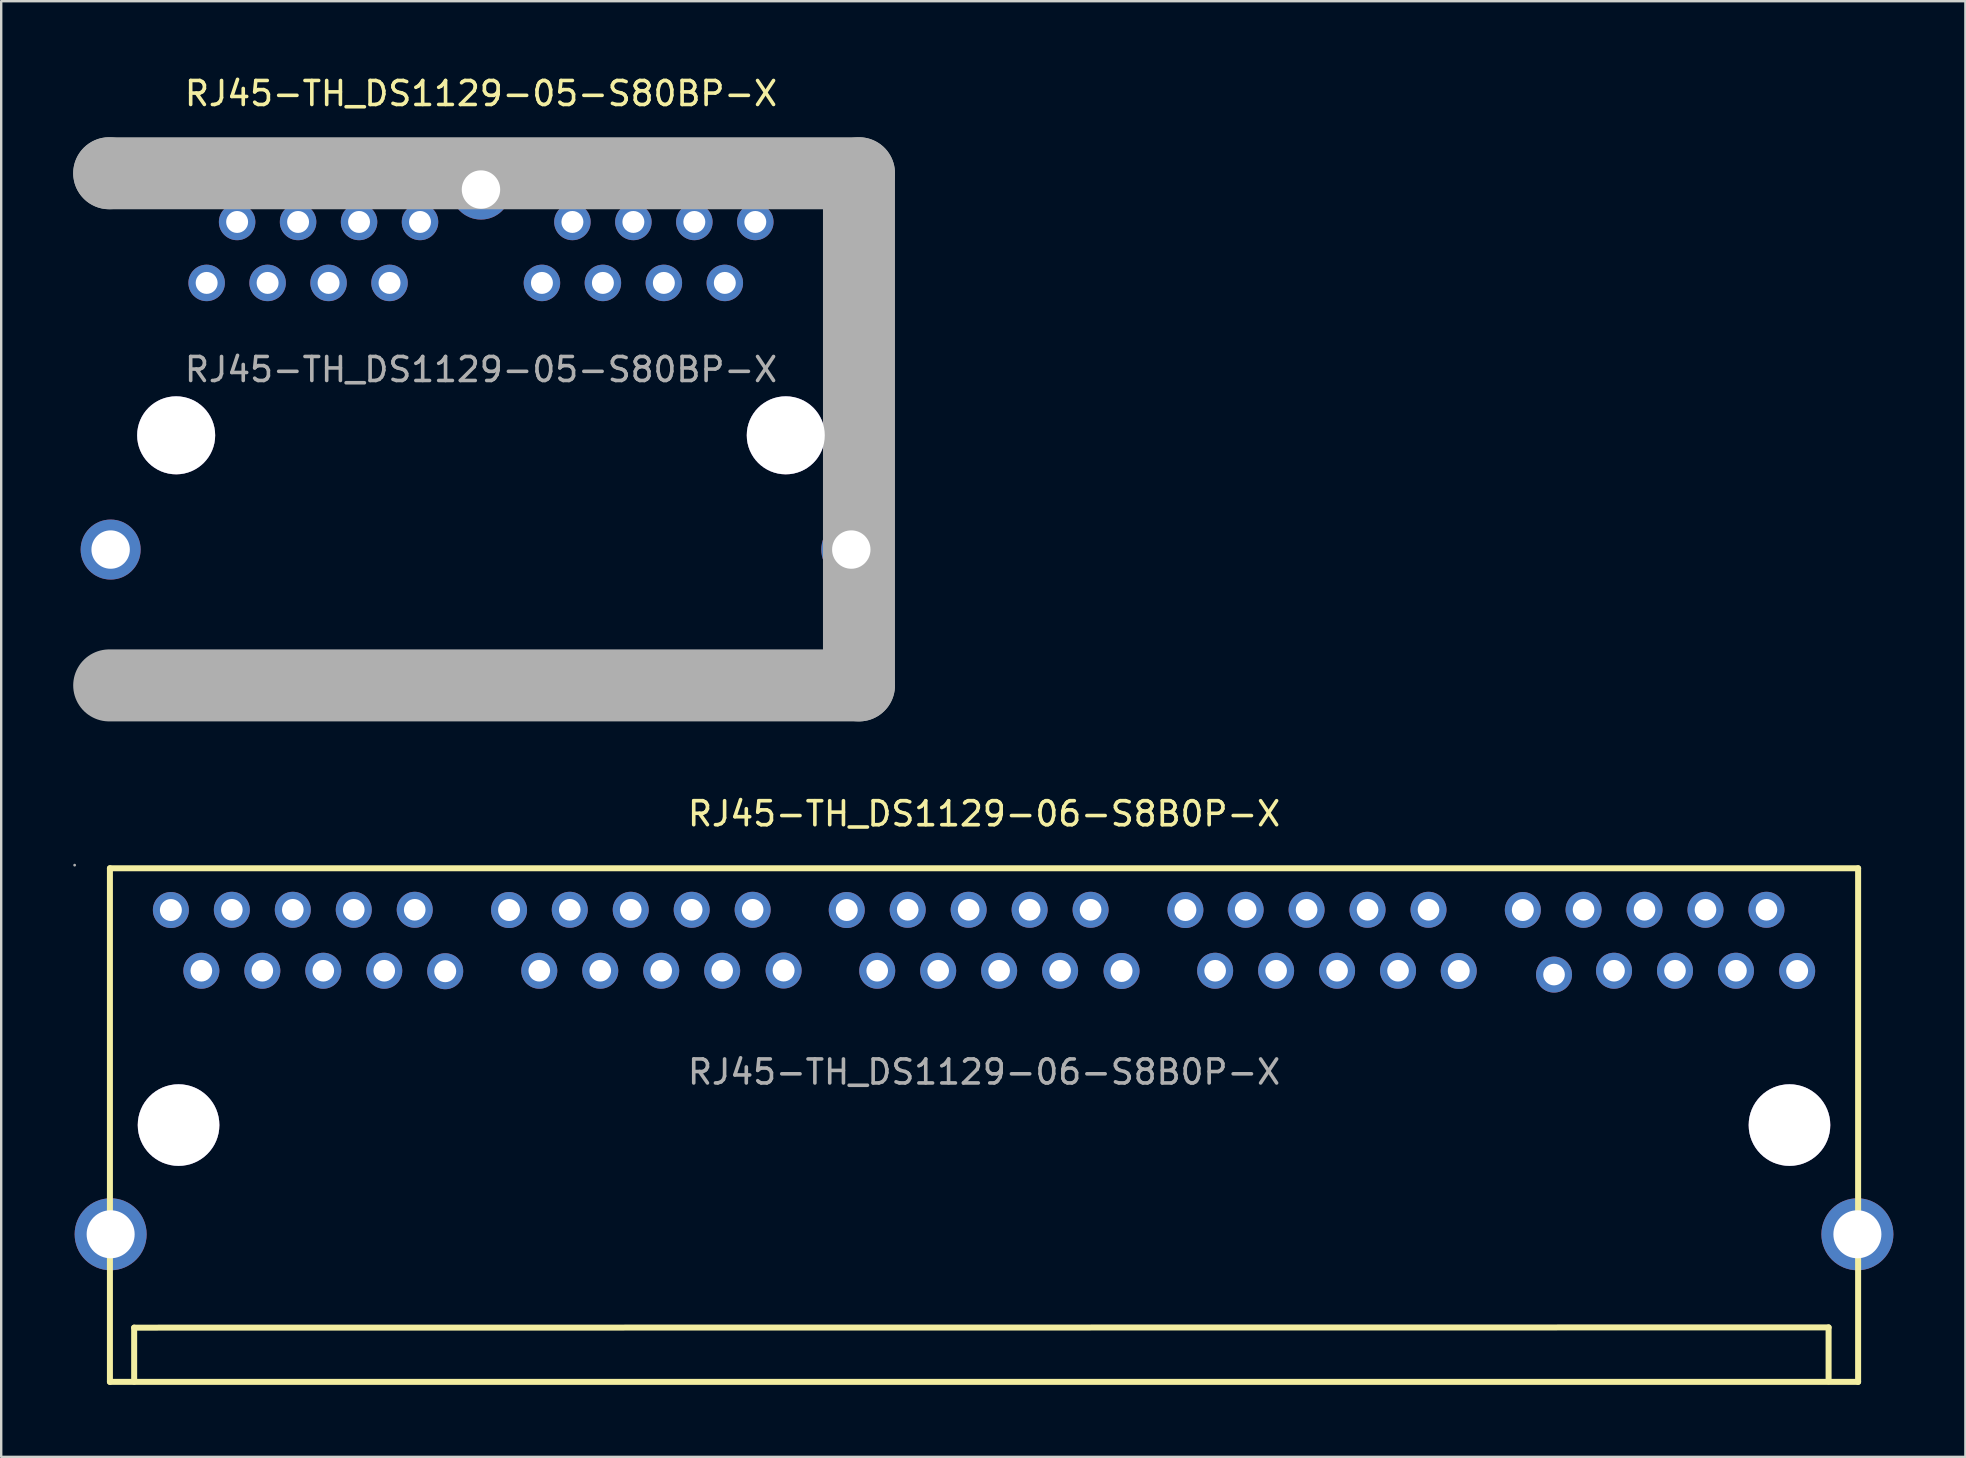
<source format=kicad_pcb>
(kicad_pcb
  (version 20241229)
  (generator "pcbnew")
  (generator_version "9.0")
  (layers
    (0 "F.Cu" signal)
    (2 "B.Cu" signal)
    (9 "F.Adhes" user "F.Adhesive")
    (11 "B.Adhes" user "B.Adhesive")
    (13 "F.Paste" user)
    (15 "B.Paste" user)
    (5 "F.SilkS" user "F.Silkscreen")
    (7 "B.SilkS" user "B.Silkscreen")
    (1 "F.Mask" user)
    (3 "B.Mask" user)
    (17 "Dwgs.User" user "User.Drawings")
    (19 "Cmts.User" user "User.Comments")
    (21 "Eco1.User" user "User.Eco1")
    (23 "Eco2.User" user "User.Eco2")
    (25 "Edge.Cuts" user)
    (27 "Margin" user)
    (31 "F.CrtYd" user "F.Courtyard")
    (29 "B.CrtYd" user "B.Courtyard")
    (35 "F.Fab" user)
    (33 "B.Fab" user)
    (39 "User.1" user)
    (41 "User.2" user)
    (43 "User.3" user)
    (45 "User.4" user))
  (footprint "RJ45-TH_DS1129-06-S8B0P-X"
    (layer "F.Cu")
    (at 37.95 41.617)
    (property "Reference" "RJ45-TH_DS1129-06-S8B0P-X" (at 0 -10.76 0) (layer "F.SilkS") (effects (font (size 1 1) (thickness 0.15))))
    (attr through_hole)
    (fp_line (start -36.42 -8.49) (end -36.42 12.91) (stroke (width 0.25) (type solid)) (layer "F.SilkS"))
    (fp_line (start -36.42 -8.49) (end 36.42 -8.49) (stroke (width 0.25) (type solid)) (layer "F.SilkS"))
    (fp_line (start -35.41 12.9) (end -35.41 10.65) (stroke (width 0.25) (type solid)) (layer "F.SilkS"))
    (fp_line (start 35.19 10.64) (end -35.41 10.65) (stroke (width 0.25) (type solid)) (layer "F.SilkS"))
    (fp_line (start 35.19 12.89) (end 35.19 10.64) (stroke (width 0.25) (type solid)) (layer "F.SilkS"))
    (fp_line (start 36.42 12.91) (end -36.42 12.91) (stroke (width 0.25) (type solid)) (layer "F.SilkS"))
    (fp_line (start 36.42 12.91) (end 36.42 -8.49) (stroke (width 0.25) (type solid)) (layer "F.SilkS"))
    (fp_circle (center -37.89 -8.62) (end -37.86 -8.62) (stroke (width 0.06) (type solid)) (fill no) (layer "F.Fab"))
    (fp_circle (center -36.39 6.76) (end -35.94 6.76) (stroke (width 0.9) (type solid)) (fill no) (layer "F.Fab"))
    (fp_circle (center -33.88 -6.75) (end -33.7 -6.75) (stroke (width 0.36) (type solid)) (fill no) (layer "F.Fab"))
    (fp_circle (center -33.56 2.21) (end -32.76 2.21) (stroke (width 1.6) (type solid)) (fill no) (layer "F.Fab"))
    (fp_circle (center -32.61 -4.22) (end -32.43 -4.22) (stroke (width 0.35) (type solid)) (fill no) (layer "F.Fab"))
    (fp_circle (center -31.34 -6.76) (end -31.16 -6.76) (stroke (width 0.35) (type solid)) (fill no) (layer "F.Fab"))
    (fp_circle (center -30.07 -4.22) (end -29.89 -4.22) (stroke (width 0.35) (type solid)) (fill no) (layer "F.Fab"))
    (fp_circle (center -28.8 -6.76) (end -28.62 -6.76) (stroke (width 0.35) (type solid)) (fill no) (layer "F.Fab"))
    (fp_circle (center -27.53 -4.22) (end -27.35 -4.22) (stroke (width 0.35) (type solid)) (fill no) (layer "F.Fab"))
    (fp_circle (center -26.26 -6.76) (end -26.08 -6.76) (stroke (width 0.35) (type solid)) (fill no) (layer "F.Fab"))
    (fp_circle (center -24.99 -4.22) (end -24.81 -4.22) (stroke (width 0.35) (type solid)) (fill no) (layer "F.Fab"))
    (fp_circle (center -23.72 -6.76) (end -23.54 -6.76) (stroke (width 0.35) (type solid)) (fill no) (layer "F.Fab"))
    (fp_circle (center -22.45 -4.2) (end -22.27 -4.2) (stroke (width 0.36) (type solid)) (fill no) (layer "F.Fab"))
    (fp_circle (center -19.79 -6.75) (end -19.61 -6.75) (stroke (width 0.36) (type solid)) (fill no) (layer "F.Fab"))
    (fp_circle (center -18.53 -4.22) (end -18.35 -4.22) (stroke (width 0.35) (type solid)) (fill no) (layer "F.Fab"))
    (fp_circle (center -17.26 -6.76) (end -17.08 -6.76) (stroke (width 0.35) (type solid)) (fill no) (layer "F.Fab"))
    (fp_circle (center -15.99 -4.22) (end -15.81 -4.22) (stroke (width 0.35) (type solid)) (fill no) (layer "F.Fab"))
    (fp_circle (center -14.72 -6.76) (end -14.54 -6.76) (stroke (width 0.35) (type solid)) (fill no) (layer "F.Fab"))
    (fp_circle (center -13.45 -4.22) (end -13.27 -4.22) (stroke (width 0.35) (type solid)) (fill no) (layer "F.Fab"))
    (fp_circle (center -12.18 -6.76) (end -12 -6.76) (stroke (width 0.35) (type solid)) (fill no) (layer "F.Fab"))
    (fp_circle (center -10.91 -4.22) (end -10.73 -4.22) (stroke (width 0.35) (type solid)) (fill no) (layer "F.Fab"))
    (fp_circle (center -9.64 -6.76) (end -9.46 -6.76) (stroke (width 0.35) (type solid)) (fill no) (layer "F.Fab"))
    (fp_circle (center -8.35 -4.23) (end -8.17 -4.23) (stroke (width 0.36) (type solid)) (fill no) (layer "F.Fab"))
    (fp_circle (center -5.72 -6.75) (end -5.54 -6.75) (stroke (width 0.36) (type solid)) (fill no) (layer "F.Fab"))
    (fp_circle (center -4.45 -4.22) (end -4.27 -4.22) (stroke (width 0.35) (type solid)) (fill no) (layer "F.Fab"))
    (fp_circle (center -3.18 -6.76) (end -3 -6.76) (stroke (width 0.35) (type solid)) (fill no) (layer "F.Fab"))
    (fp_circle (center -1.91 -4.22) (end -1.73 -4.22) (stroke (width 0.35) (type solid)) (fill no) (layer "F.Fab"))
    (fp_circle (center -0.64 -6.76) (end -0.46 -6.76) (stroke (width 0.35) (type solid)) (fill no) (layer "F.Fab"))
    (fp_circle (center 0.63 -4.22) (end 0.81 -4.22) (stroke (width 0.35) (type solid)) (fill no) (layer "F.Fab"))
    (fp_circle (center 1.9 -6.76) (end 2.08 -6.76) (stroke (width 0.35) (type solid)) (fill no) (layer "F.Fab"))
    (fp_circle (center 3.17 -4.22) (end 3.35 -4.22) (stroke (width 0.35) (type solid)) (fill no) (layer "F.Fab"))
    (fp_circle (center 4.44 -6.76) (end 4.62 -6.76) (stroke (width 0.35) (type solid)) (fill no) (layer "F.Fab"))
    (fp_circle (center 5.73 -4.21) (end 5.91 -4.21) (stroke (width 0.36) (type solid)) (fill no) (layer "F.Fab"))
    (fp_circle (center 8.39 -6.75) (end 8.57 -6.75) (stroke (width 0.36) (type solid)) (fill no) (layer "F.Fab"))
    (fp_circle (center 9.63 -4.22) (end 9.81 -4.22) (stroke (width 0.35) (type solid)) (fill no) (layer "F.Fab"))
    (fp_circle (center 10.9 -6.76) (end 11.08 -6.76) (stroke (width 0.35) (type solid)) (fill no) (layer "F.Fab"))
    (fp_circle (center 12.17 -4.22) (end 12.35 -4.22) (stroke (width 0.35) (type solid)) (fill no) (layer "F.Fab"))
    (fp_circle (center 13.44 -6.76) (end 13.62 -6.76) (stroke (width 0.35) (type solid)) (fill no) (layer "F.Fab"))
    (fp_circle (center 14.71 -4.22) (end 14.89 -4.22) (stroke (width 0.35) (type solid)) (fill no) (layer "F.Fab"))
    (fp_circle (center 15.98 -6.76) (end 16.16 -6.76) (stroke (width 0.35) (type solid)) (fill no) (layer "F.Fab"))
    (fp_circle (center 17.25 -4.22) (end 17.43 -4.22) (stroke (width 0.35) (type solid)) (fill no) (layer "F.Fab"))
    (fp_circle (center 18.52 -6.76) (end 18.7 -6.76) (stroke (width 0.35) (type solid)) (fill no) (layer "F.Fab"))
    (fp_circle (center 19.78 -4.21) (end 19.96 -4.21) (stroke (width 0.36) (type solid)) (fill no) (layer "F.Fab"))
    (fp_circle (center 22.45 -6.75) (end 22.63 -6.75) (stroke (width 0.36) (type solid)) (fill no) (layer "F.Fab"))
    (fp_circle (center 23.75 -4.06) (end 23.93 -4.06) (stroke (width 0.35) (type solid)) (fill no) (layer "F.Fab"))
    (fp_circle (center 24.98 -6.76) (end 25.16 -6.76) (stroke (width 0.35) (type solid)) (fill no) (layer "F.Fab"))
    (fp_circle (center 26.25 -4.22) (end 26.43 -4.22) (stroke (width 0.35) (type solid)) (fill no) (layer "F.Fab"))
    (fp_circle (center 27.52 -6.76) (end 27.7 -6.76) (stroke (width 0.35) (type solid)) (fill no) (layer "F.Fab"))
    (fp_circle (center 28.79 -4.22) (end 28.97 -4.22) (stroke (width 0.35) (type solid)) (fill no) (layer "F.Fab"))
    (fp_circle (center 30.06 -6.76) (end 30.24 -6.76) (stroke (width 0.35) (type solid)) (fill no) (layer "F.Fab"))
    (fp_circle (center 31.33 -4.22) (end 31.51 -4.22) (stroke (width 0.35) (type solid)) (fill no) (layer "F.Fab"))
    (fp_circle (center 32.6 -6.76) (end 32.78 -6.76) (stroke (width 0.35) (type solid)) (fill no) (layer "F.Fab"))
    (fp_circle (center 33.56 2.21) (end 34.36 2.21) (stroke (width 1.6) (type solid)) (fill no) (layer "F.Fab"))
    (fp_circle (center 33.88 -4.21) (end 34.06 -4.21) (stroke (width 0.36) (type solid)) (fill no) (layer "F.Fab"))
    (fp_circle (center 36.39 6.76) (end 36.84 6.76) (stroke (width 0.9) (type solid)) (fill no) (layer "F.Fab"))
    (fp_text user "${REFERENCE}" (at 0 0 0) (layer "F.Fab") (effects (font (size 1 1) (thickness 0.15))))
    (pad "" thru_hole circle (at -33.56 2.21) (size 3.4 3.4) (drill 3.4) (layers "*.Cu" "*.Mask"))
    (pad "" thru_hole circle (at 33.56 2.21) (size 3.4 3.4) (drill 3.4) (layers "*.Cu" "*.Mask"))
    (pad "0" thru_hole circle (at -36.39 6.76 180) (size 3 3) (drill 2) (layers "*.Cu" "*.Paste" "*.Mask"))
    (pad "0" thru_hole circle (at 36.39 6.76 180) (size 3 3) (drill 2) (layers "*.Cu" "*.Paste" "*.Mask"))
    (pad "1" thru_hole circle (at -33.88 -6.75 180) (size 1.5 1.5) (drill 0.914) (layers "*.Cu" "*.Paste" "*.Mask"))
    (pad "2" thru_hole circle (at -32.61 -4.22 180) (size 1.5 1.5) (drill 0.9) (layers "*.Cu" "*.Paste" "*.Mask"))
    (pad "3" thru_hole circle (at -31.34 -6.76 180) (size 1.5 1.5) (drill 0.9) (layers "*.Cu" "*.Paste" "*.Mask"))
    (pad "4" thru_hole circle (at -30.07 -4.22 180) (size 1.5 1.5) (drill 0.9) (layers "*.Cu" "*.Paste" "*.Mask"))
    (pad "5" thru_hole circle (at -28.8 -6.76 180) (size 1.5 1.5) (drill 0.9) (layers "*.Cu" "*.Paste" "*.Mask"))
    (pad "6" thru_hole circle (at -27.53 -4.22 180) (size 1.5 1.5) (drill 0.9) (layers "*.Cu" "*.Paste" "*.Mask"))
    (pad "7" thru_hole circle (at -26.26 -6.76 180) (size 1.5 1.5) (drill 0.9) (layers "*.Cu" "*.Paste" "*.Mask"))
    (pad "8" thru_hole circle (at -24.99 -4.22 180) (size 1.5 1.5) (drill 0.9) (layers "*.Cu" "*.Paste" "*.Mask"))
    (pad "9" thru_hole circle (at -23.72 -6.76 180) (size 1.5 1.5) (drill 0.9) (layers "*.Cu" "*.Paste" "*.Mask"))
    (pad "10" thru_hole circle (at -22.45 -4.2 180) (size 1.5 1.5) (drill 0.914) (layers "*.Cu" "*.Paste" "*.Mask"))
    (pad "11" thru_hole circle (at -19.79 -6.75 180) (size 1.5 1.5) (drill 0.914) (layers "*.Cu" "*.Paste" "*.Mask"))
    (pad "12" thru_hole circle (at -18.53 -4.22 180) (size 1.5 1.5) (drill 0.9) (layers "*.Cu" "*.Paste" "*.Mask"))
    (pad "13" thru_hole circle (at -17.26 -6.76 180) (size 1.5 1.5) (drill 0.9) (layers "*.Cu" "*.Paste" "*.Mask"))
    (pad "14" thru_hole circle (at -15.99 -4.22 180) (size 1.5 1.5) (drill 0.9) (layers "*.Cu" "*.Paste" "*.Mask"))
    (pad "15" thru_hole circle (at -14.72 -6.76 180) (size 1.5 1.5) (drill 0.9) (layers "*.Cu" "*.Paste" "*.Mask"))
    (pad "16" thru_hole circle (at -13.45 -4.22 180) (size 1.5 1.5) (drill 0.9) (layers "*.Cu" "*.Paste" "*.Mask"))
    (pad "17" thru_hole circle (at -12.18 -6.76 180) (size 1.5 1.5) (drill 0.9) (layers "*.Cu" "*.Paste" "*.Mask"))
    (pad "18" thru_hole circle (at -10.91 -4.22 180) (size 1.5 1.5) (drill 0.9) (layers "*.Cu" "*.Paste" "*.Mask"))
    (pad "19" thru_hole circle (at -9.64 -6.76 180) (size 1.5 1.5) (drill 0.9) (layers "*.Cu" "*.Paste" "*.Mask"))
    (pad "20" thru_hole circle (at -8.35 -4.23 180) (size 1.5 1.5) (drill 0.914) (layers "*.Cu" "*.Paste" "*.Mask"))
    (pad "21" thru_hole circle (at -5.72 -6.75 180) (size 1.5 1.5) (drill 0.914) (layers "*.Cu" "*.Paste" "*.Mask"))
    (pad "22" thru_hole circle (at -4.45 -4.22 180) (size 1.5 1.5) (drill 0.9) (layers "*.Cu" "*.Paste" "*.Mask"))
    (pad "23" thru_hole circle (at -3.18 -6.76 180) (size 1.5 1.5) (drill 0.9) (layers "*.Cu" "*.Paste" "*.Mask"))
    (pad "24" thru_hole circle (at -1.91 -4.22 180) (size 1.5 1.5) (drill 0.9) (layers "*.Cu" "*.Paste" "*.Mask"))
    (pad "25" thru_hole circle (at -0.64 -6.76 180) (size 1.5 1.5) (drill 0.9) (layers "*.Cu" "*.Paste" "*.Mask"))
    (pad "26" thru_hole circle (at 0.63 -4.22 180) (size 1.5 1.5) (drill 0.9) (layers "*.Cu" "*.Paste" "*.Mask"))
    (pad "27" thru_hole circle (at 1.9 -6.76 180) (size 1.5 1.5) (drill 0.9) (layers "*.Cu" "*.Paste" "*.Mask"))
    (pad "28" thru_hole circle (at 3.17 -4.22 180) (size 1.5 1.5) (drill 0.9) (layers "*.Cu" "*.Paste" "*.Mask"))
    (pad "29" thru_hole circle (at 4.44 -6.76 180) (size 1.5 1.5) (drill 0.9) (layers "*.Cu" "*.Paste" "*.Mask"))
    (pad "30" thru_hole circle (at 5.73 -4.21 180) (size 1.5 1.5) (drill 0.914) (layers "*.Cu" "*.Paste" "*.Mask"))
    (pad "31" thru_hole circle (at 8.39 -6.75 180) (size 1.5 1.5) (drill 0.914) (layers "*.Cu" "*.Paste" "*.Mask"))
    (pad "32" thru_hole circle (at 9.63 -4.22 180) (size 1.5 1.5) (drill 0.9) (layers "*.Cu" "*.Paste" "*.Mask"))
    (pad "33" thru_hole circle (at 10.9 -6.76 180) (size 1.5 1.5) (drill 0.9) (layers "*.Cu" "*.Paste" "*.Mask"))
    (pad "34" thru_hole circle (at 12.17 -4.22 180) (size 1.5 1.5) (drill 0.9) (layers "*.Cu" "*.Paste" "*.Mask"))
    (pad "35" thru_hole circle (at 13.44 -6.76 180) (size 1.5 1.5) (drill 0.9) (layers "*.Cu" "*.Paste" "*.Mask"))
    (pad "36" thru_hole circle (at 14.71 -4.22 180) (size 1.5 1.5) (drill 0.9) (layers "*.Cu" "*.Paste" "*.Mask"))
    (pad "37" thru_hole circle (at 15.98 -6.76 180) (size 1.5 1.5) (drill 0.9) (layers "*.Cu" "*.Paste" "*.Mask"))
    (pad "38" thru_hole circle (at 17.25 -4.22 180) (size 1.5 1.5) (drill 0.9) (layers "*.Cu" "*.Paste" "*.Mask"))
    (pad "39" thru_hole circle (at 18.52 -6.76 180) (size 1.5 1.5) (drill 0.9) (layers "*.Cu" "*.Paste" "*.Mask"))
    (pad "40" thru_hole circle (at 19.78 -4.21 180) (size 1.5 1.5) (drill 0.914) (layers "*.Cu" "*.Paste" "*.Mask"))
    (pad "41" thru_hole circle (at 22.45 -6.75 180) (size 1.5 1.5) (drill 0.914) (layers "*.Cu" "*.Paste" "*.Mask"))
    (pad "42" thru_hole circle (at 23.75 -4.06 180) (size 1.5 1.5) (drill 0.9) (layers "*.Cu" "*.Paste" "*.Mask"))
    (pad "43" thru_hole circle (at 24.98 -6.76 180) (size 1.5 1.5) (drill 0.9) (layers "*.Cu" "*.Paste" "*.Mask"))
    (pad "44" thru_hole circle (at 26.25 -4.22 180) (size 1.5 1.5) (drill 0.9) (layers "*.Cu" "*.Paste" "*.Mask"))
    (pad "45" thru_hole circle (at 27.52 -6.76 180) (size 1.5 1.5) (drill 0.9) (layers "*.Cu" "*.Paste" "*.Mask"))
    (pad "46" thru_hole circle (at 28.79 -4.22 180) (size 1.5 1.5) (drill 0.9) (layers "*.Cu" "*.Paste" "*.Mask"))
    (pad "47" thru_hole circle (at 30.06 -6.76 180) (size 1.5 1.5) (drill 0.9) (layers "*.Cu" "*.Paste" "*.Mask"))
    (pad "48" thru_hole circle (at 31.33 -4.22 180) (size 1.5 1.5) (drill 0.9) (layers "*.Cu" "*.Paste" "*.Mask"))
    (pad "49" thru_hole circle (at 32.6 -6.76 180) (size 1.5 1.5) (drill 0.9) (layers "*.Cu" "*.Paste" "*.Mask"))
    (pad "50" thru_hole circle (at 33.88 -4.21 180) (size 1.5 1.5) (drill 0.914) (layers "*.Cu" "*.Paste" "*.Mask")))
  (footprint "RJ45-TH_DS1129-05-S80BP-X"
    (layer "F.Cu")
    (at 16.99 12.348)
    (property "Reference" "RJ45-TH_DS1129-05-S80BP-X" (at 0 -11.5 0) (layer "F.SilkS") (effects (font (size 1 1) (thickness 0.15))))
    (attr through_hole)
    (fp_circle (center -12.7 2.74) (end -11.95 2.74) (stroke (width 1.5) (type solid)) (fill no) (layer "Cmts.User"))
    (fp_circle (center 12.7 2.74) (end 13.45 2.74) (stroke (width 1.5) (type solid)) (fill no) (layer "Cmts.User"))
    (fp_line (start -15.49 -8.18) (end -15.49 -8.18) (stroke (width 3) (type solid)) (layer "F.Fab"))
    (fp_line (start -15.49 -8.18) (end 15.75 -8.18) (stroke (width 3) (type solid)) (layer "F.Fab"))
    (fp_line (start 15.75 -8.18) (end 15.75 13.16) (stroke (width 3) (type solid)) (layer "F.Fab"))
    (fp_line (start 15.75 13.16) (end -15.49 13.16) (stroke (width 3) (type solid)) (layer "F.Fab"))
    (fp_circle (center -15.56 -8.11) (end -15.53 -8.11) (stroke (width 0.06) (type solid)) (fill no) (layer "F.Fab"))
    (fp_text user "${REFERENCE}" (at 0 0 0) (layer "F.Fab") (effects (font (size 1 1) (thickness 0.15))))
    (pad "" thru_hole circle (at -12.7 2.74) (size 3.25 3.25) (drill 3.25) (layers "*.Cu" "*.Mask"))
    (pad "" thru_hole circle (at 12.7 2.74) (size 3.25 3.25) (drill 3.25) (layers "*.Cu" "*.Mask"))
    (pad "1" thru_hole circle (at -11.43 -3.61) (size 1.52 1.52) (drill 0.914) (layers "*.Cu" "*.Paste" "*.Mask"))
    (pad "2" thru_hole circle (at -10.16 -6.15) (size 1.52 1.52) (drill 0.914) (layers "*.Cu" "*.Paste" "*.Mask"))
    (pad "3" thru_hole circle (at -8.89 -3.61) (size 1.52 1.52) (drill 0.914) (layers "*.Cu" "*.Paste" "*.Mask"))
    (pad "4" thru_hole circle (at -7.62 -6.15) (size 1.52 1.52) (drill 0.914) (layers "*.Cu" "*.Paste" "*.Mask"))
    (pad "5" thru_hole circle (at -6.35 -3.61) (size 1.52 1.52) (drill 0.914) (layers "*.Cu" "*.Paste" "*.Mask"))
    (pad "6" thru_hole circle (at -5.08 -6.15) (size 1.52 1.52) (drill 0.914) (layers "*.Cu" "*.Paste" "*.Mask"))
    (pad "7" thru_hole circle (at -3.81 -3.61) (size 1.52 1.52) (drill 0.914) (layers "*.Cu" "*.Paste" "*.Mask"))
    (pad "8" thru_hole circle (at -2.54 -6.15) (size 1.52 1.52) (drill 0.914) (layers "*.Cu" "*.Paste" "*.Mask"))
    (pad "9" thru_hole circle (at 2.54 -3.61) (size 1.52 1.52) (drill 0.914) (layers "*.Cu" "*.Paste" "*.Mask"))
    (pad "10" thru_hole circle (at 3.81 -6.15) (size 1.52 1.52) (drill 0.914) (layers "*.Cu" "*.Paste" "*.Mask"))
    (pad "11" thru_hole circle (at 5.08 -3.61) (size 1.52 1.52) (drill 0.914) (layers "*.Cu" "*.Paste" "*.Mask"))
    (pad "12" thru_hole circle (at 6.35 -6.15) (size 1.52 1.52) (drill 0.914) (layers "*.Cu" "*.Paste" "*.Mask"))
    (pad "13" thru_hole circle (at 7.62 -3.61) (size 1.52 1.52) (drill 0.914) (layers "*.Cu" "*.Paste" "*.Mask"))
    (pad "14" thru_hole circle (at 8.89 -6.15) (size 1.52 1.52) (drill 0.914) (layers "*.Cu" "*.Paste" "*.Mask"))
    (pad "15" thru_hole circle (at 10.16 -3.61) (size 1.52 1.52) (drill 0.914) (layers "*.Cu" "*.Paste" "*.Mask"))
    (pad "16" thru_hole circle (at 11.43 -6.15) (size 1.52 1.52) (drill 0.914) (layers "*.Cu" "*.Paste" "*.Mask"))
    (pad "17" thru_hole circle (at -15.43 7.5) (size 2.5 2.5) (drill 1.6) (layers "*.Cu" "*.Paste" "*.Mask"))
    (pad "18" thru_hole circle (at 15.43 7.5) (size 2.5 2.5) (drill 1.6) (layers "*.Cu" "*.Paste" "*.Mask"))
    (pad "19" thru_hole circle (at 0 -7.5) (size 2.5 2.5) (drill 1.6) (layers "*.Cu" "*.Paste" "*.Mask")))
  (gr_rect
    (start -3 -3)
    (end 78.84 57.651)
    (stroke (width 0.1) (type default))
    (fill no)
    (layer "Edge.Cuts")))
</source>
